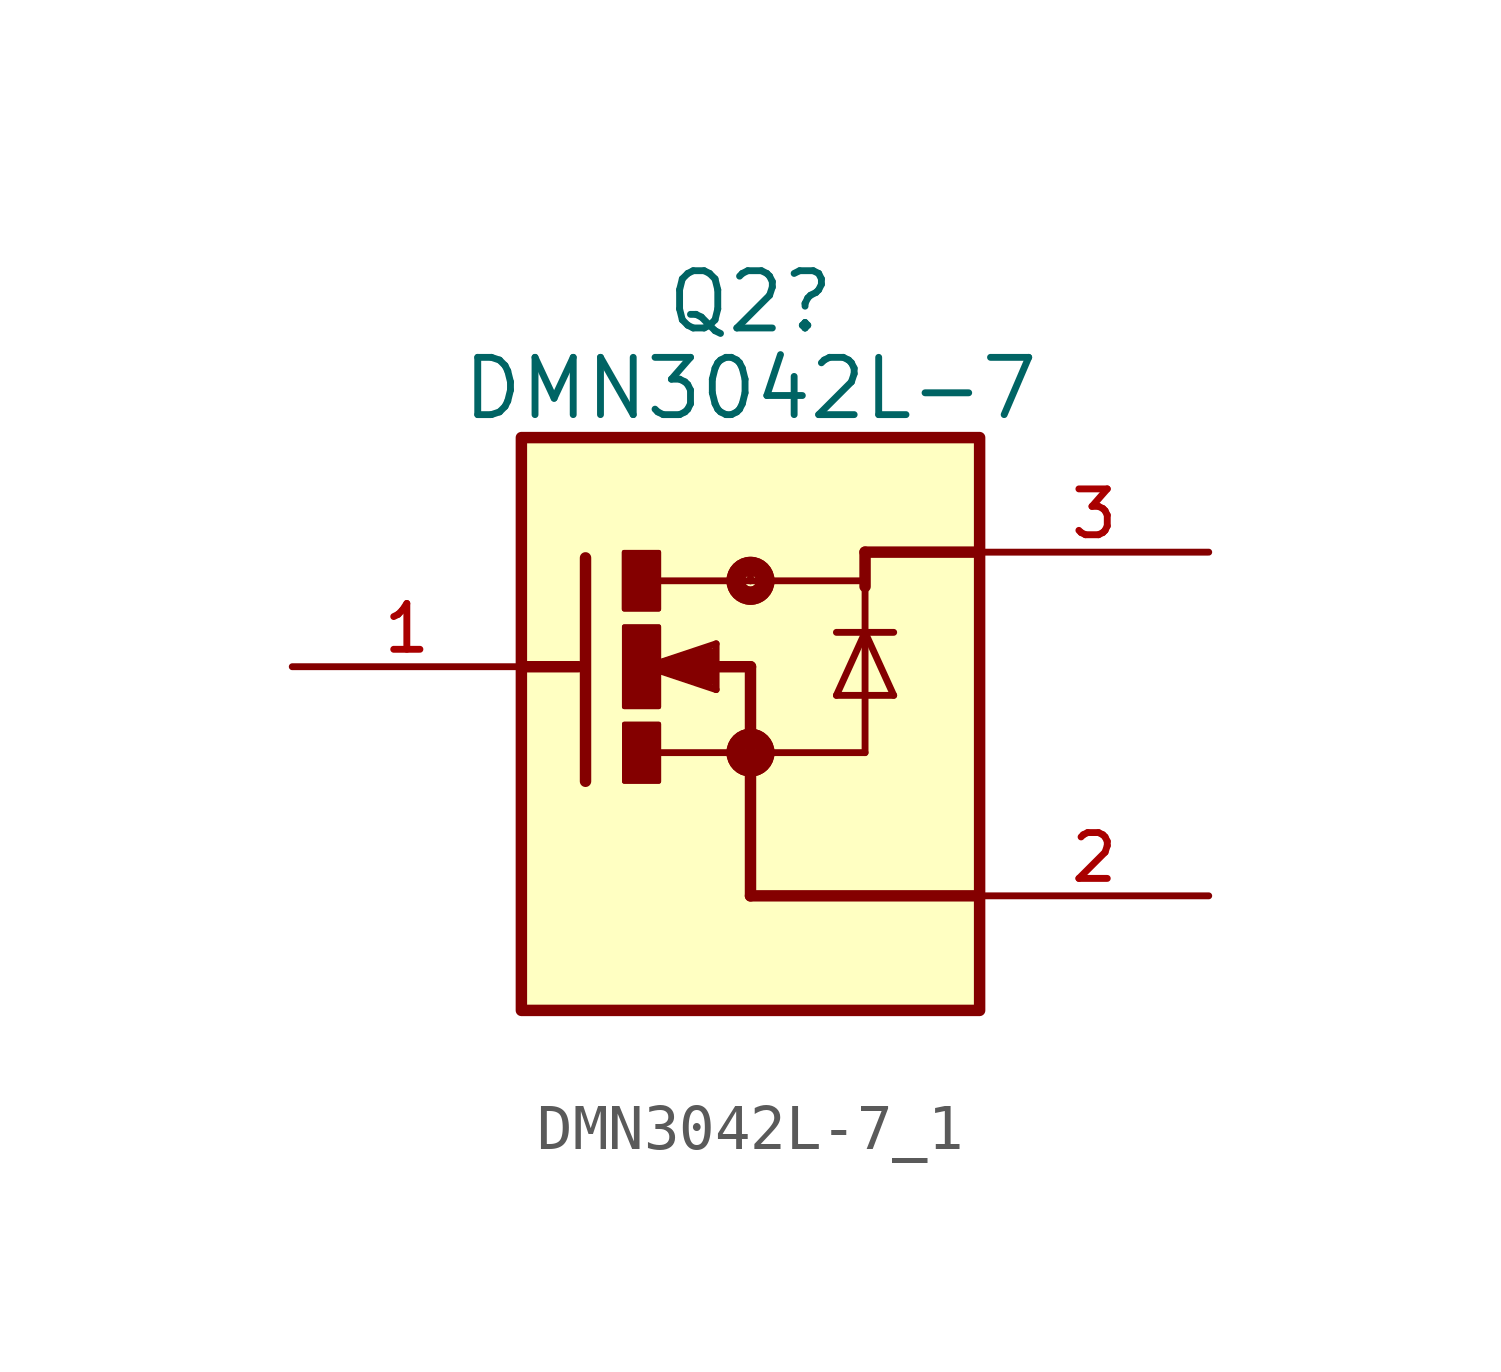
<source format=kicad_sym>
(kicad_symbol_lib
  (version 20220914)
  (generator kicad_symbol_editor)
  (symbol "DMN3042L-7_1"
    (pin_names
      (offset 1.016))
    (property "Reference" "Q2"
      (at 0 8.09 0)
      (effects (font (size 1.27 1.27))))
    (property "Value" "DMN3042L-7"
      (at 0 6.169 0)
      (effects (font (size 1.27 1.27))))
    (symbol "DMN3042L-7_1_0_0"
      (rectangle (start -5.08 -7.62) (end 5.08 5.08) (stroke (width 0.254) (type default)) (fill (type background)))
      (rectangle (start -2.804 2.54) (end -2.032 1.274) (stroke (width 0.1) (type default)) (fill (type outline)))
      (rectangle (start -2.802 1.274) (end -2.032 2.54) (stroke (width 0.1) (type default)) (fill (type outline)))
      (rectangle (start -2.801 -0.891) (end -2.032 0.889) (stroke (width 0.1) (type default)) (fill (type outline)))
      (rectangle (start -2.799 -2.544) (end -2.032 -1.27) (stroke (width 0.1) (type default)) (fill (type outline)))
      (rectangle (start -2.799 -2.545) (end -2.032 -1.27) (stroke (width 0.1) (type default)) (fill (type outline)))
      (rectangle (start -2.798 -0.89) (end -2.032 0.889) (stroke (width 0.1) (type default)) (fill (type outline)))
      (circle (center 0 -1.905) (radius 0.127) (stroke (width 0.406) (type default)) (fill (type none)))
      (circle (center 0 -1.905) (radius 0.127) (stroke (width 0.406) (type default)) (fill (type none)))
      (polyline (pts (xy -3.81 0) (xy -5.08 0)) (stroke (width 0.254) (type default)) (fill (type none)))
      (polyline (pts (xy -3.658 2.413) (xy -3.658 -2.54)) (stroke (width 0.254) (type default)) (fill (type none)))
      (polyline (pts (xy -2.286 0) (xy -0.762 -0.508)) (stroke (width 0.152) (type default)) (fill (type none)))
      (polyline (pts (xy -2.032 -1.905) (xy 0 -1.905)) (stroke (width 0.152) (type default)) (fill (type none)))
      (polyline (pts (xy -2.032 0) (xy -2.286 0)) (stroke (width 0.254) (type default)) (fill (type none)))
      (polyline (pts (xy -2.032 0) (xy -0.889 -0.254)) (stroke (width 0.305) (type default)) (fill (type none)))
      (polyline (pts (xy -1.905 0) (xy -2.032 0)) (stroke (width 0.254) (type default)) (fill (type none)))
      (polyline (pts (xy -1.143 0.254) (xy -2.032 0)) (stroke (width 0.305) (type default)) (fill (type none)))
      (polyline (pts (xy -0.889 -0.254) (xy -0.889 0.254)) (stroke (width 0.305) (type default)) (fill (type none)))
      (polyline (pts (xy -0.889 0.254) (xy -2.286 0)) (stroke (width 0.152) (type default)) (fill (type none)))
      (polyline (pts (xy -0.889 0.254) (xy -1.905 0)) (stroke (width 0.305) (type default)) (fill (type none)))
      (polyline (pts (xy -0.762 -0.508) (xy -0.762 0)) (stroke (width 0.152) (type default)) (fill (type none)))
      (polyline (pts (xy -0.762 0) (xy -1.905 0)) (stroke (width 0.254) (type default)) (fill (type none)))
      (polyline (pts (xy -0.762 0) (xy -0.762 0.508)) (stroke (width 0.152) (type default)) (fill (type none)))
      (polyline (pts (xy -0.762 0) (xy 0 0)) (stroke (width 0.254) (type default)) (fill (type none)))
      (polyline (pts (xy -0.762 0.508) (xy -2.286 0)) (stroke (width 0.152) (type default)) (fill (type none)))
      (polyline (pts (xy 0 -5.08) (xy 5.08 -5.08)) (stroke (width 0.254) (type default)) (fill (type none)))
      (polyline (pts (xy 0 -2.032) (xy 0 -5.08)) (stroke (width 0.254) (type default)) (fill (type none)))
      (polyline (pts (xy 0 -1.905) (xy 0 -2.032)) (stroke (width 0.152) (type default)) (fill (type none)))
      (polyline (pts (xy 0 0) (xy 0 -1.778)) (stroke (width 0.254) (type default)) (fill (type none)))
      (polyline (pts (xy 0 1.905) (xy -2.007 1.905)) (stroke (width 0.152) (type default)) (fill (type none)))
      (polyline (pts (xy 0 1.905) (xy 2.54 1.905)) (stroke (width 0.152) (type default)) (fill (type none)))
      (polyline (pts (xy 0 2.032) (xy 0 1.905)) (stroke (width 0.152) (type default)) (fill (type none)))
      (polyline (pts (xy 1.905 -0.635) (xy 3.175 -0.635)) (stroke (width 0.152) (type default)) (fill (type none)))
      (polyline (pts (xy 1.905 0.762) (xy 2.54 0.762)) (stroke (width 0.152) (type default)) (fill (type none)))
      (polyline (pts (xy 2.54 -1.905) (xy 0 -1.905)) (stroke (width 0.152) (type default)) (fill (type none)))
      (polyline (pts (xy 2.54 0.762) (xy 1.905 -0.635)) (stroke (width 0.152) (type default)) (fill (type none)))
      (polyline (pts (xy 2.54 0.762) (xy 2.54 -1.905)) (stroke (width 0.152) (type default)) (fill (type none)))
      (polyline (pts (xy 2.54 0.762) (xy 3.175 0.762)) (stroke (width 0.152) (type default)) (fill (type none)))
      (polyline (pts (xy 2.54 1.778) (xy 2.54 0.762)) (stroke (width 0.152) (type default)) (fill (type none)))
      (polyline (pts (xy 2.54 1.778) (xy 2.54 2.54)) (stroke (width 0.254) (type default)) (fill (type none)))
      (polyline (pts (xy 2.54 1.905) (xy 2.54 1.778)) (stroke (width 0.152) (type default)) (fill (type none)))
      (polyline (pts (xy 2.54 2.54) (xy 5.08 2.54)) (stroke (width 0.254) (type default)) (fill (type none)))
      (polyline (pts (xy 3.175 -0.635) (xy 2.54 0.762)) (stroke (width 0.152) (type default)) (fill (type none)))
      (circle (center 0 1.905) (radius 0.127) (stroke (width 0.406) (type default)) (fill (type none)))
      (circle (center 0 1.905) (radius 0.127) (stroke (width 0.406) (type default)) (fill (type none)))
      (pin passive line (at -10.16 0 0) (length 5.08) (name "~" (effects (font (size 1.016 1.016)))) (number "1" (effects (font (size 1.016 1.016)))))
      (pin passive line (at 10.16 -5.08 180) (length 5.08) (name "~" (effects (font (size 1.016 1.016)))) (number "2" (effects (font (size 1.016 1.016)))))
      (pin passive line (at 10.16 2.54 180) (length 5.08) (name "~" (effects (font (size 1.016 1.016)))) (number "3" (effects (font (size 1.016 1.016))))))))
</source>
